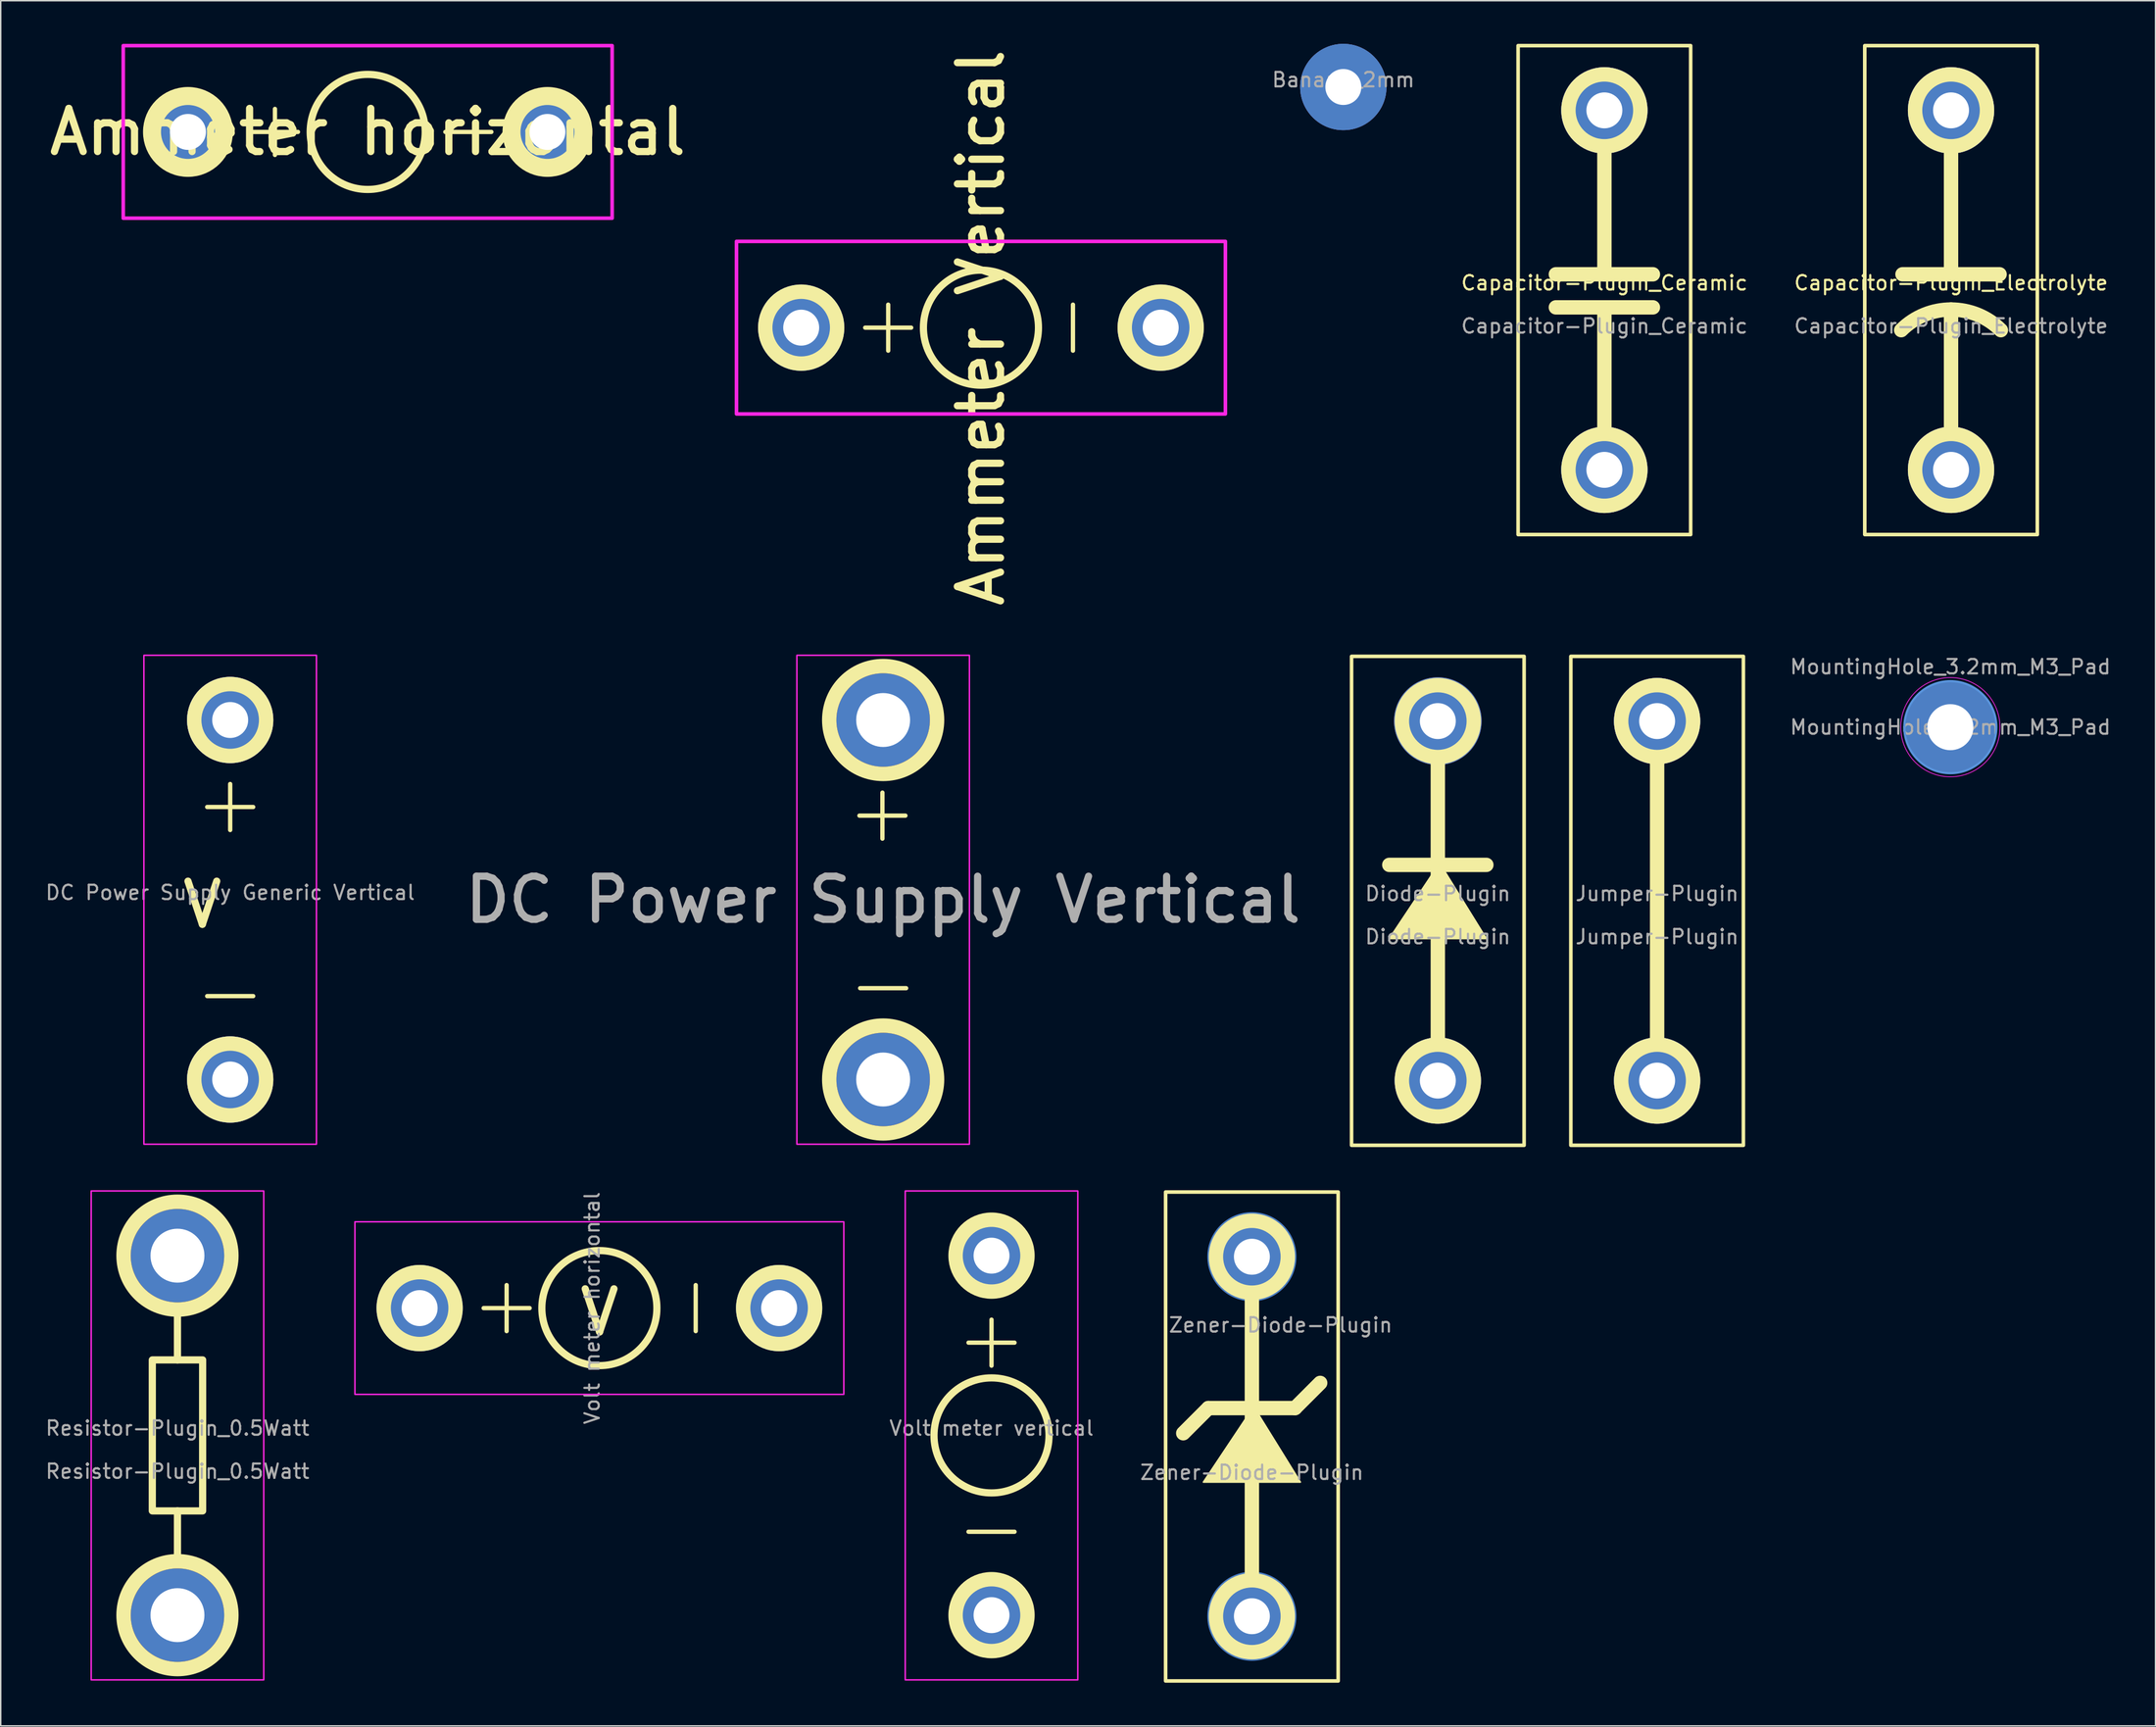
<source format=kicad_pcb>
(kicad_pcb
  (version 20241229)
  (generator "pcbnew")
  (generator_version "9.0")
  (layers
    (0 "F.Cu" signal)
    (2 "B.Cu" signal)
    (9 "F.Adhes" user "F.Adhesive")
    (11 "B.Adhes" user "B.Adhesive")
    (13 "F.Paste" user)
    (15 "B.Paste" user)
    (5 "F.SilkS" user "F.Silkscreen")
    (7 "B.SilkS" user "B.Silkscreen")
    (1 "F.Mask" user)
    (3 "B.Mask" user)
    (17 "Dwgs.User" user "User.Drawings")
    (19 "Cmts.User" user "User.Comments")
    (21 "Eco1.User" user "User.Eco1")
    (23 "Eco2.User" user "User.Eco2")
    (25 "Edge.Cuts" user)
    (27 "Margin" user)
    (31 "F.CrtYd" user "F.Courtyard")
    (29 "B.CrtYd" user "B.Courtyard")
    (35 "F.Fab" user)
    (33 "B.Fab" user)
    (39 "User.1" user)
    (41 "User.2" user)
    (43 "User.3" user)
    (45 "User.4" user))
  (footprint "DC Power Supply Generic Vertical"
    (layer "F.Cu")
    (at 12.958 59.521)
    (property "Reference" "DC Power Supply Generic Vertical" (at 0 -0.5 0) (unlocked yes) (layer "F.Fab") (effects (font (size 1 1) (thickness 0.15))))
    (attr smd)
    (fp_circle (center 0 -12.5) (end 2.9 -12.5) (stroke (width 0.2) (type default)) (fill yes) (layer "B.Cu"))
    (fp_circle (center 0 12.5) (end 2.9 12.5) (stroke (width 0.2) (type default)) (fill yes) (layer "B.Cu"))
    (fp_line (start -1.6 -6.45) (end 1.6 -6.45) (stroke (width 0.3) (type default)) (layer "F.SilkS"))
    (fp_line (start -1.6 6.7) (end 1.6 6.7) (stroke (width 0.3) (type default)) (layer "F.SilkS"))
    (fp_line (start 0 -4.85) (end 0 -8.05) (stroke (width 0.3) (type default)) (layer "F.SilkS"))
    (fp_circle (center 0 -12.5) (end 2.5 -12.5) (stroke (width 1) (type default)) (fill no) (layer "F.SilkS"))
    (fp_circle (center 0 12.5) (end 2.5 12.5) (stroke (width 1) (type default)) (fill no) (layer "F.SilkS"))
    (fp_rect (start -6 -17) (end 6 17) (stroke (width 0.1) (type default)) (fill no) (layer "F.CrtYd"))
    (fp_text user "V" (at -3.55 2.1 0) (unlocked yes) (layer "F.SilkS") (effects (font (size 3 3) (thickness 0.5)) (justify left bottom)))
    (pad "1" thru_hole circle (at 0 -12.5) (size 6 6) (drill 2.5) (layers "*.Cu" "*.Mask"))
    (pad "2" thru_hole circle (at 0 12.5) (size 6 6) (drill 2.5) (layers "*.Cu" "*.Mask")))
  (footprint "Resistor-Plugin_0.5Watt"
    (layer "F.Cu")
    (at 9.292 96.771)
    (property "Reference" "Resistor-Plugin_0.5Watt" (at 0 -0.5 0) (unlocked yes) (layer "F.Fab") (effects (font (size 1 1) (thickness 0.15))))
    (attr smd exclude_from_bom)
    (fp_line (start -1.72 -5.37) (end -1.72 3.87) (stroke (width 0.12) (type solid)) (layer "F.SilkS"))
    (fp_line (start 0 -8.8) (end 0 -5.25) (stroke (width 0.5) (type default)) (layer "F.SilkS"))
    (fp_line (start 0 -7.33) (end 0 -5.37) (stroke (width 0.12) (type solid)) (layer "F.SilkS"))
    (fp_line (start 0 5.25) (end 0 8.8) (stroke (width 0.5) (type default)) (layer "F.SilkS"))
    (fp_line (start 1.72 -5.37) (end -1.72 -5.37) (stroke (width 0.12) (type solid)) (layer "F.SilkS"))
    (fp_line (start 1.72 3.87) (end 1.72 -5.37) (stroke (width 0.12) (type solid)) (layer "F.SilkS"))
    (fp_rect (start -1.75 -5.25) (end 1.75 5.25) (stroke (width 0.5) (type default)) (fill no) (layer "F.SilkS"))
    (fp_circle (center 0 -12.5) (end 3.75 -12.5) (stroke (width 1) (type default)) (fill no) (layer "F.SilkS"))
    (fp_circle (center 0 12.5) (end 3.75 12.5) (stroke (width 1) (type default)) (fill no) (layer "F.SilkS"))
    (fp_rect (start -6 -17) (end 6 17) (stroke (width 0.1) (type default)) (fill no) (layer "F.CrtYd"))
    (fp_text user "${REFERENCE}" (at 0 2.5 0) (unlocked yes) (layer "F.Fab") (effects (font (size 1 1) (thickness 0.15))))
    (pad "1" thru_hole circle (at 0 -12.5) (size 6.5 6.5) (drill 3.75) (layers "*.Cu" "*.Mask"))
    (pad "2" thru_hole circle (at 0 12.5) (size 6.5 6.5) (drill 3.75) (layers "*.Cu" "*.Mask")))
  (footprint "Banana_2mm"
    (layer "F.Cu")
    (at 90.37 3)
    (property "Reference" "Banana_2mm" (at 0 -0.5 0) (unlocked yes) (layer "F.Fab") (effects (font (size 1 1) (thickness 0.15))))
    (attr smd)
    (fp_circle (center 0 0) (end 2.9 0) (stroke (width 0.2) (type default)) (fill yes) (layer "B.Cu"))
    (pad "1" thru_hole circle (at 0 0) (size 6 6) (drill 2.5) (layers "*.Cu" "*.Mask")))
  (footprint "Jumper-Plugin"
    (layer "F.Cu")
    (at 112.192 59.596)
    (property "Reference" "Jumper-Plugin" (at 0 -0.5 0) (unlocked yes) (layer "F.Fab") (effects (font (size 1 1) (thickness 0.15))))
    (attr smd)
    (fp_circle (center 0 -12.5) (end 2.9 -12.5) (stroke (width 0.2) (type default)) (fill yes) (layer "B.Cu"))
    (fp_circle (center 0 12.5) (end 2.9 12.5) (stroke (width 0.2) (type default)) (fill yes) (layer "B.Cu"))
    (fp_line (start 0 -9.8) (end 0 9.9) (stroke (width 1) (type default)) (layer "F.SilkS"))
    (fp_rect (start -6 -17) (end 6 17) (stroke (width 0.25) (type default)) (fill no) (layer "F.SilkS"))
    (fp_circle (center 0 -12.5) (end 2.5 -12.5) (stroke (width 1) (type default)) (fill no) (layer "F.SilkS"))
    (fp_circle (center 0 12.5) (end 2.5 12.5) (stroke (width 1) (type default)) (fill no) (layer "F.SilkS"))
    (fp_text user "${REFERENCE}" (at 0 2.5 0) (unlocked yes) (layer "F.Fab") (effects (font (size 1 1) (thickness 0.15))))
    (pad "1" thru_hole circle (at 0 -12.5) (size 6 6) (drill 2.5) (layers "*.Cu" "*.Mask"))
    (pad "2" thru_hole circle (at 0 12.5) (size 6 6) (drill 2.5) (layers "*.Cu" "*.Mask")))
  (footprint "Ammeter Vertical"
    (layer "F.Cu")
    (at 65.168 19.736)
    (property "Reference" "Ammeter Vertical" (at 0 0 90) (unlocked yes) (layer "F.SilkS") (effects (font (size 3 3) (thickness 0.5))))
    (attr smd)
    (fp_circle (center -12.5 0) (end -9.6 0) (stroke (width 0.2) (type default)) (fill yes) (layer "B.Cu"))
    (fp_circle (center 12.5 0) (end 15.4 0) (stroke (width 0.2) (type default)) (fill yes) (layer "B.Cu"))
    (fp_line (start -6.45 1.6) (end -6.45 -1.6) (stroke (width 0.3) (type default)) (layer "F.SilkS"))
    (fp_line (start -4.85 0) (end -8.05 0) (stroke (width 0.3) (type default)) (layer "F.SilkS"))
    (fp_line (start 6.4 -1.6) (end 6.4 1.6) (stroke (width 0.3) (type default)) (layer "F.SilkS"))
    (fp_circle (center -12.5 0) (end -12.5 2.5) (stroke (width 1) (type default)) (fill no) (layer "F.SilkS"))
    (fp_circle (center 0 0) (end 4 0) (stroke (width 0.5) (type default)) (fill no) (layer "F.SilkS"))
    (fp_circle (center 12.5 0) (end 12.5 2.5) (stroke (width 1) (type default)) (fill no) (layer "F.SilkS"))
    (fp_rect (start -17 -6) (end 17 6) (stroke (width 0.25) (type default)) (fill no) (layer "F.CrtYd"))
    (pad "1" thru_hole circle (at 12.5 0 270) (size 4.8 4.8) (drill 2.5) (layers "*.Cu" "*.Mask"))
    (pad "2" thru_hole circle (at -12.5 0 270) (size 5 5) (drill 2.5) (layers "*.Cu" "*.Mask")))
  (footprint "MountingHole_3.2mm_M3_Pad"
    (layer "F.Cu")
    (at 132.585 47.52)
    (property "Reference" "MountingHole_3.2mm_M3_Pad" (at 0 -4.2 0) (layer "F.Fab") (effects (font (size 1 1) (thickness 0.15))))
    (attr exclude_from_pos_files exclude_from_bom)
    (fp_circle (center 0 0) (end 3.2 0) (stroke (width 0.15) (type solid)) (fill no) (layer "Cmts.User"))
    (fp_circle (center 0 0) (end 3.45 0) (stroke (width 0.05) (type solid)) (fill no) (layer "F.CrtYd"))
    (fp_text user "${REFERENCE}" (at 0 0 0) (layer "F.Fab") (effects (font (size 1 1) (thickness 0.15))))
    (pad "1" thru_hole circle (at 0 0) (size 6.4 6.4) (drill 3.2) (layers "*.Cu" "*.Mask")))
  (footprint "Diode-Plugin"
    (layer "F.Cu")
    (at 96.942 59.596)
    (property "Reference" "Diode-Plugin" (at 0 -0.5 0) (unlocked yes) (layer "F.Fab") (effects (font (size 1 1) (thickness 0.15))))
    (attr smd)
    (fp_circle (center 0 -12.5) (end 2.9 -12.5) (stroke (width 0.2) (type default)) (fill yes) (layer "B.Cu"))
    (fp_circle (center 0 12.5) (end 2.9 12.5) (stroke (width 0.2) (type default)) (fill yes) (layer "B.Cu"))
    (fp_line (start -3.375 -2.5) (end 3.375 -2.5) (stroke (width 1) (type default)) (layer "F.SilkS"))
    (fp_line (start 0 -9.8) (end 0 9.9) (stroke (width 1) (type default)) (layer "F.SilkS"))
    (fp_rect (start -6 -17) (end 6 17) (stroke (width 0.25) (type default)) (fill no) (layer "F.SilkS"))
    (fp_circle (center 0 -12.5) (end 2.5 -12.5) (stroke (width 1) (type default)) (fill no) (layer "F.SilkS"))
    (fp_circle (center 0 12.5) (end 2.5 12.5) (stroke (width 1) (type default)) (fill no) (layer "F.SilkS"))
    (fp_poly (pts (xy -3.375 2.625) (xy 3.375 2.625) (xy 0.125 -2.625)) (stroke (width 0.1) (type solid)) (fill yes) (layer "F.SilkS"))
    (fp_text user "${REFERENCE}" (at 0 2.5 0) (unlocked yes) (layer "F.Fab") (effects (font (size 1 1) (thickness 0.15))))
    (pad "1" thru_hole circle (at 0 -12.5) (size 6.1 6.1) (drill 2.5) (layers "*.Cu" "*.Mask"))
    (pad "2" thru_hole circle (at 0 12.5) (size 6 6) (drill 2.5) (layers "*.Cu" "*.Mask")))
  (footprint "Ammeter horizontal"
    (layer "F.Cu")
    (at 22.521 6.125)
    (property "Reference" "Ammeter horizontal" (at 0 0 0) (unlocked yes) (layer "F.SilkS") (effects (font (size 3 3) (thickness 0.5))))
    (attr smd exclude_from_bom)
    (fp_line (start -6.45 1.6) (end -6.45 -1.6) (stroke (width 0.3) (type default)) (layer "F.SilkS"))
    (fp_line (start -4.85 0) (end -8.05 0) (stroke (width 0.3) (type default)) (layer "F.SilkS"))
    (fp_line (start 8.6 0) (end 5.4 0) (stroke (width 0.3) (type default)) (layer "F.SilkS"))
    (fp_circle (center -12.5 0) (end -12.5 2.5) (stroke (width 1.25) (type default)) (fill no) (layer "F.SilkS"))
    (fp_circle (center 0 0) (end 4 0) (stroke (width 0.5) (type default)) (fill no) (layer "F.SilkS"))
    (fp_circle (center 12.5 0) (end 12.5 2.5) (stroke (width 1.25) (type default)) (fill no) (layer "F.SilkS"))
    (fp_rect (start -17 -6) (end 17 6) (stroke (width 0.25) (type default)) (fill no) (layer "F.CrtYd"))
    (pad "1" thru_hole circle (at 12.5 0 270) (size 4.9 4.9) (drill 2.5) (layers "*.Cu" "*.Mask"))
    (pad "2" thru_hole circle (at -12.5 0 270) (size 5.1 5.1) (drill 2.5) (layers "*.Cu" "*.Mask")))
  (footprint "Volt meter horizontal"
    (layer "F.Cu")
    (at 38.633 87.918)
    (property "Reference" "Volt meter horizontal" (at -0.5 0 90) (unlocked yes) (layer "F.Fab") (effects (font (size 1 1) (thickness 0.15))))
    (attr smd)
    (fp_circle (center -12.5 0) (end -9.6 0) (stroke (width 0.2) (type default)) (fill yes) (layer "B.Cu"))
    (fp_circle (center 12.5 0) (end 15.4 0) (stroke (width 0.2) (type default)) (fill yes) (layer "B.Cu"))
    (fp_line (start -6.45 1.6) (end -6.45 -1.6) (stroke (width 0.3) (type default)) (layer "F.SilkS"))
    (fp_line (start -4.85 0) (end -8.05 0) (stroke (width 0.3) (type default)) (layer "F.SilkS"))
    (fp_line (start 6.7 1.6) (end 6.7 -1.6) (stroke (width 0.3) (type default)) (layer "F.SilkS"))
    (fp_circle (center -12.5 0) (end -12.5 2.5) (stroke (width 1) (type default)) (fill no) (layer "F.SilkS"))
    (fp_circle (center 0 0) (end 4 0) (stroke (width 0.5) (type default)) (fill no) (layer "F.SilkS"))
    (fp_circle (center 12.5 0) (end 12.5 2.5) (stroke (width 1) (type default)) (fill no) (layer "F.SilkS"))
    (fp_rect (start -17 -6) (end 17 6) (stroke (width 0.1) (type default)) (fill no) (layer "F.CrtYd"))
    (fp_text user "V" (at -1.6 2.05 0) (unlocked yes) (layer "F.SilkS") (effects (font (size 3 3) (thickness 0.5)) (justify left bottom)))
    (pad "1" thru_hole circle (at 12.5 0 270) (size 4.8 4.8) (drill 2.5) (layers "*.Cu" "*.Mask"))
    (pad "2" thru_hole circle (at -12.5 0 270) (size 4.8 4.8) (drill 2.5) (layers "*.Cu" "*.Mask")))
  (footprint "DC Power Supply Vertical"
    (layer "F.Cu")
    (at 58.367 59.521)
    (property "Reference" "DC Power Supply Vertical" (at 0 0 0) (unlocked yes) (layer "F.Fab") (effects (font (size 3 3) (thickness 0.5))))
    (attr smd exclude_from_bom)
    (fp_line (start -1.65 -5.85) (end 1.55 -5.85) (stroke (width 0.3) (type default)) (layer "F.SilkS"))
    (fp_line (start -1.6 6.15) (end 1.6 6.15) (stroke (width 0.3) (type default)) (layer "F.SilkS"))
    (fp_line (start -0.05 -4.25) (end -0.05 -7.45) (stroke (width 0.3) (type default)) (layer "F.SilkS"))
    (fp_circle (center 0 -12.5) (end 3.75 -12.5) (stroke (width 1) (type default)) (fill no) (layer "F.SilkS"))
    (fp_circle (center 0 12.5) (end 3.75 12.5) (stroke (width 1) (type default)) (fill no) (layer "F.SilkS"))
    (fp_rect (start -6 -17) (end 6 17) (stroke (width 0.1) (type default)) (fill no) (layer "F.CrtYd"))
    (pad "1" thru_hole circle (at 0 -12.5) (size 6.5 6.5) (drill 3.75) (layers "*.Cu" "*.Mask"))
    (pad "2" thru_hole circle (at 0 12.5) (size 6.5 6.5) (drill 3.75) (layers "*.Cu" "*.Mask")))
  (footprint "Zener-Diode-Plugin"
    (layer "F.Cu")
    (at 84.011 96.846)
    (property "Reference" "Zener-Diode-Plugin" (at 2 -7.75 0) (unlocked yes) (layer "F.Fab") (effects (font (size 1 1) (thickness 0.15))))
    (attr smd)
    (fp_circle (center 0 -12.5) (end 3 -12.5) (stroke (width 0.2) (type default)) (fill yes) (layer "B.Cu"))
    (fp_circle (center 0 12.5) (end 3 12.5) (stroke (width 0.2) (type default)) (fill yes) (layer "B.Cu"))
    (fp_line (start -4.775 -0.225) (end -3.025 -1.975) (stroke (width 1) (type default)) (layer "F.SilkS"))
    (fp_line (start -3.025 -1.975) (end 3 -1.975) (stroke (width 1) (type default)) (layer "F.SilkS"))
    (fp_line (start 0 -9.8) (end 0 9.9) (stroke (width 1) (type default)) (layer "F.SilkS"))
    (fp_line (start 3 -1.975) (end 4.75 -3.725) (stroke (width 1) (type default)) (layer "F.SilkS"))
    (fp_rect (start -6 -17) (end 6 17) (stroke (width 0.25) (type default)) (fill no) (layer "F.SilkS"))
    (fp_circle (center 0 -12.5) (end 2.5 -12.5) (stroke (width 1) (type default)) (fill no) (layer "F.SilkS"))
    (fp_circle (center 0 12.5) (end 2.5 12.5) (stroke (width 1) (type default)) (fill no) (layer "F.SilkS"))
    (fp_poly (pts (xy -3.375 3.175) (xy 3.375 3.175) (xy 0.125 -2.075)) (stroke (width 0.1) (type solid)) (fill yes) (layer "F.SilkS"))
    (fp_text user "${REFERENCE}" (at 0 2.5 0) (unlocked yes) (layer "F.Fab") (effects (font (size 1 1) (thickness 0.15))))
    (pad "1" thru_hole circle (at 0 -12.5) (size 6 6) (drill 2.5) (layers "*.Cu" "*.Mask"))
    (pad "2" thru_hole circle (at 0 12.5) (size 6 6) (drill 2.5) (layers "*.Cu" "*.Mask")))
  (footprint "Capacitor-Plugin_Ceramic"
    (layer "F.Cu")
    (at 108.525 17.125)
    (property "Reference" "Capacitor-Plugin_Ceramic" (at 0 -0.5 0) (unlocked yes) (layer "F.SilkS") (effects (font (size 1 1) (thickness 0.15))))
    (attr smd)
    (fp_circle (center 0 -12.5) (end 2.9 -12.5) (stroke (width 0.2) (type default)) (fill yes) (layer "B.Cu"))
    (fp_circle (center 0 12.5) (end 2.9 12.5) (stroke (width 0.2) (type default)) (fill yes) (layer "B.Cu"))
    (fp_line (start -3.375 -1.1) (end 3.375 -1.1) (stroke (width 1) (type default)) (layer "F.SilkS"))
    (fp_line (start -3.375 1.2) (end 3.375 1.2) (stroke (width 1) (type default)) (layer "F.SilkS"))
    (fp_line (start 0 -9.8) (end 0 -1.1) (stroke (width 1) (type default)) (layer "F.SilkS"))
    (fp_line (start 0 1.35) (end 0 9.9) (stroke (width 1) (type default)) (layer "F.SilkS"))
    (fp_rect (start -6 -17) (end 6 17) (stroke (width 0.25) (type default)) (fill no) (layer "F.SilkS"))
    (fp_circle (center 0 -12.5) (end 2.5 -12.5) (stroke (width 1) (type default)) (fill no) (layer "F.SilkS"))
    (fp_circle (center 0 12.5) (end 2.5 12.5) (stroke (width 1) (type default)) (fill no) (layer "F.SilkS"))
    (fp_text user "${REFERENCE}" (at 0 2.5 0) (unlocked yes) (layer "F.Fab") (effects (font (size 1 1) (thickness 0.15))))
    (pad "1" thru_hole circle (at 0 -12.5) (size 6 6) (drill 2.5) (layers "*.Cu" "*.Mask"))
    (pad "2" thru_hole circle (at 0 12.5) (size 6 6) (drill 2.5) (layers "*.Cu" "*.Mask")))
  (footprint "Capacitor-Plugin_Electrolyte"
    (layer "F.Cu")
    (at 132.632 17.125)
    (property "Reference" "Capacitor-Plugin_Electrolyte" (at 0 -0.5 0) (unlocked yes) (layer "F.SilkS") (effects (font (size 1 1) (thickness 0.15))))
    (attr smd)
    (fp_circle (center 0 -12.5) (end 2.9 -12.5) (stroke (width 0.2) (type default)) (fill yes) (layer "B.Cu"))
    (fp_circle (center 0 12.5) (end 2.9 12.5) (stroke (width 0.2) (type default)) (fill yes) (layer "B.Cu"))
    (fp_line (start -3.375 -1.1) (end 3.375 -1.1) (stroke (width 1) (type default)) (layer "F.SilkS"))
    (fp_line (start 0 -9.8) (end 0 -1.1) (stroke (width 1) (type default)) (layer "F.SilkS"))
    (fp_line (start 0 1.35) (end 0 9.9) (stroke (width 1) (type default)) (layer "F.SilkS"))
    (fp_rect (start -6 -17) (end 6 17) (stroke (width 0.25) (type default)) (fill no) (layer "F.SilkS"))
    (fp_arc (start -3.465228 2.785344) (mid 0 1.35) (end 3.465228 2.785344) (stroke (width 1) (type default)) (layer "F.SilkS"))
    (fp_circle (center 0 -12.5) (end 2.5 -12.5) (stroke (width 1) (type default)) (fill no) (layer "F.SilkS"))
    (fp_circle (center 0 12.5) (end 2.5 12.5) (stroke (width 1) (type default)) (fill no) (layer "F.SilkS"))
    (fp_text user "${REFERENCE}" (at 0 2.5 0) (unlocked yes) (layer "F.Fab") (effects (font (size 1 1) (thickness 0.15))))
    (pad "1" thru_hole circle (at 0 -12.5) (size 6 6) (drill 2.5) (layers "*.Cu" "*.Mask"))
    (pad "2" thru_hole circle (at 0 12.5) (size 6 6) (drill 2.5) (layers "*.Cu" "*.Mask")))
  (footprint "Volt meter vertical"
    (layer "F.Cu")
    (at 65.904 96.771)
    (property "Reference" "Volt meter vertical" (at 0 -0.5 0) (unlocked yes) (layer "F.Fab") (effects (font (size 1 1) (thickness 0.15))))
    (attr smd exclude_from_bom)
    (fp_line (start -1.6 -6.45) (end 1.6 -6.45) (stroke (width 0.3) (type default)) (layer "F.SilkS"))
    (fp_line (start -1.6 6.7) (end 1.6 6.7) (stroke (width 0.3) (type default)) (layer "F.SilkS"))
    (fp_line (start 0 -4.85) (end 0 -8.05) (stroke (width 0.3) (type default)) (layer "F.SilkS"))
    (fp_circle (center 0 -12.5) (end -2.5 -12.5) (stroke (width 1) (type default)) (fill no) (layer "F.SilkS"))
    (fp_circle (center 0 0) (end 4 0) (stroke (width 0.5) (type default)) (fill no) (layer "F.SilkS"))
    (fp_circle (center 0 12.5) (end -2.5 12.5) (stroke (width 1) (type default)) (fill no) (layer "F.SilkS"))
    (fp_rect (start -6 -17) (end 6 17) (stroke (width 0.1) (type default)) (fill no) (layer "F.CrtYd"))
    (pad "1" thru_hole circle (at 0 12.5 180) (size 4.8 4.8) (drill 2.5) (layers "*.Cu" "*.Mask"))
    (pad "2" thru_hole circle (at 0 -12.5 180) (size 4.8 4.8) (drill 2.5) (layers "*.Cu" "*.Mask")))
  (gr_rect
    (start -3 -3)
    (end 146.852 116.971)
    (stroke (width 0.1) (type default))
    (fill no)
    (layer "Edge.Cuts")))
</source>
